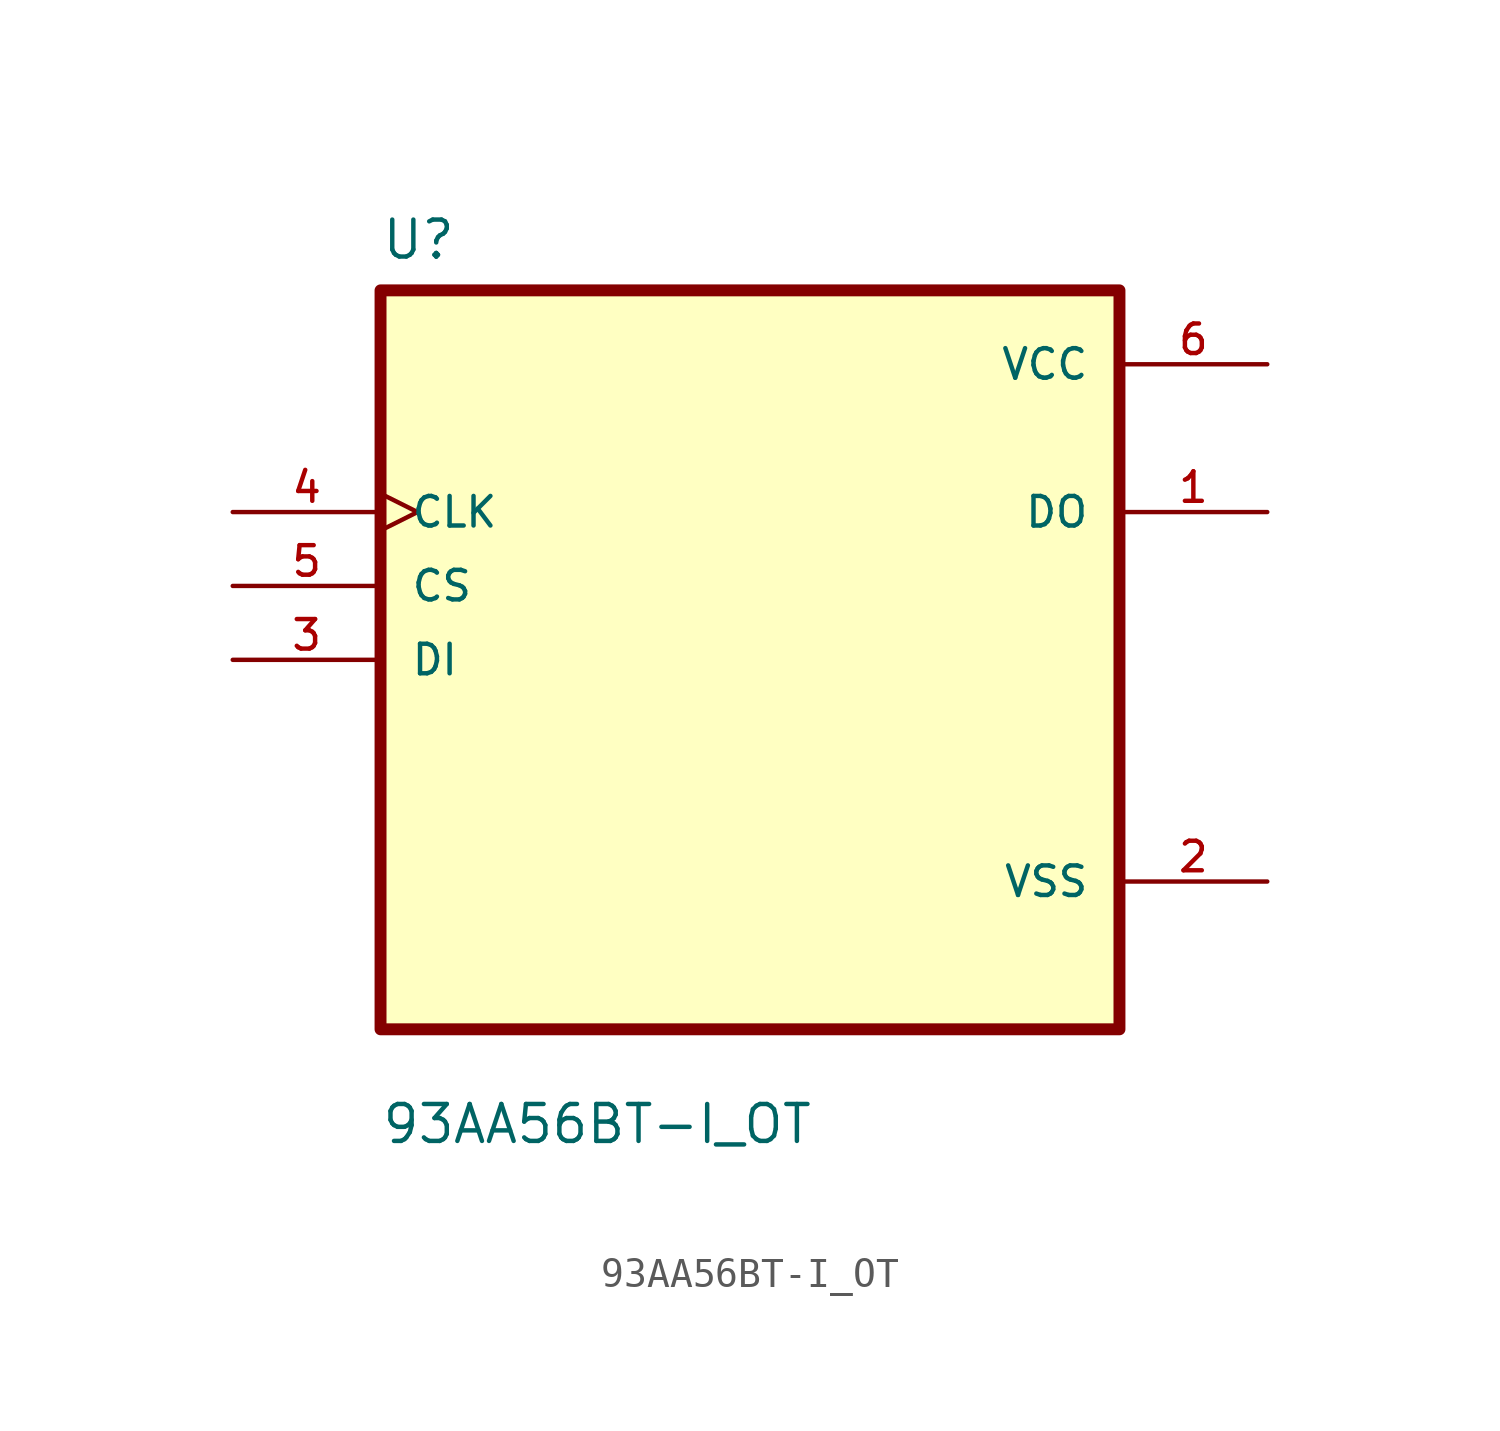
<source format=kicad_sym>
(kicad_symbol_lib
  (version 20211014)
  (generator kicad_symbol_editor)
  (symbol "93AA56BT-I_OT"
    (pin_names
      (offset 1.016))
    (property "Reference" "U"
      (at -12.7 13.7 0.0)
      (effects (font (size 1.27 1.27)) (justify bottom left)))
    (property "Value" "93AA56BT-I_OT"
      (at -12.7 -16.7 0.0)
      (effects (font (size 1.27 1.27)) (justify bottom left)))
    (symbol "93AA56BT-I_OT_0_0"
      (rectangle (start -12.7 -12.7) (end 12.7 12.7) (stroke (width 0.41)) (fill (type background)))
      (pin input clock (at -17.78 5.08 0) (length 5.08) (name "CLK" (effects (font (size 1.016 1.016)))) (number "4" (effects (font (size 1.016 1.016)))))
      (pin input line (at -17.78 2.54 0) (length 5.08) (name "CS" (effects (font (size 1.016 1.016)))) (number "5" (effects (font (size 1.016 1.016)))))
      (pin input line (at -17.78 -8.88178e-16 0) (length 5.08) (name "DI" (effects (font (size 1.016 1.016)))) (number "3" (effects (font (size 1.016 1.016)))))
      (pin power_in line (at 17.78 10.16 180.0) (length 5.08) (name "VCC" (effects (font (size 1.016 1.016)))) (number "6" (effects (font (size 1.016 1.016)))))
      (pin output line (at 17.78 5.08 180.0) (length 5.08) (name "DO" (effects (font (size 1.016 1.016)))) (number "1" (effects (font (size 1.016 1.016)))))
      (pin power_in line (at 17.78 -7.62 180.0) (length 5.08) (name "VSS" (effects (font (size 1.016 1.016)))) (number "2" (effects (font (size 1.016 1.016))))))))
</source>
